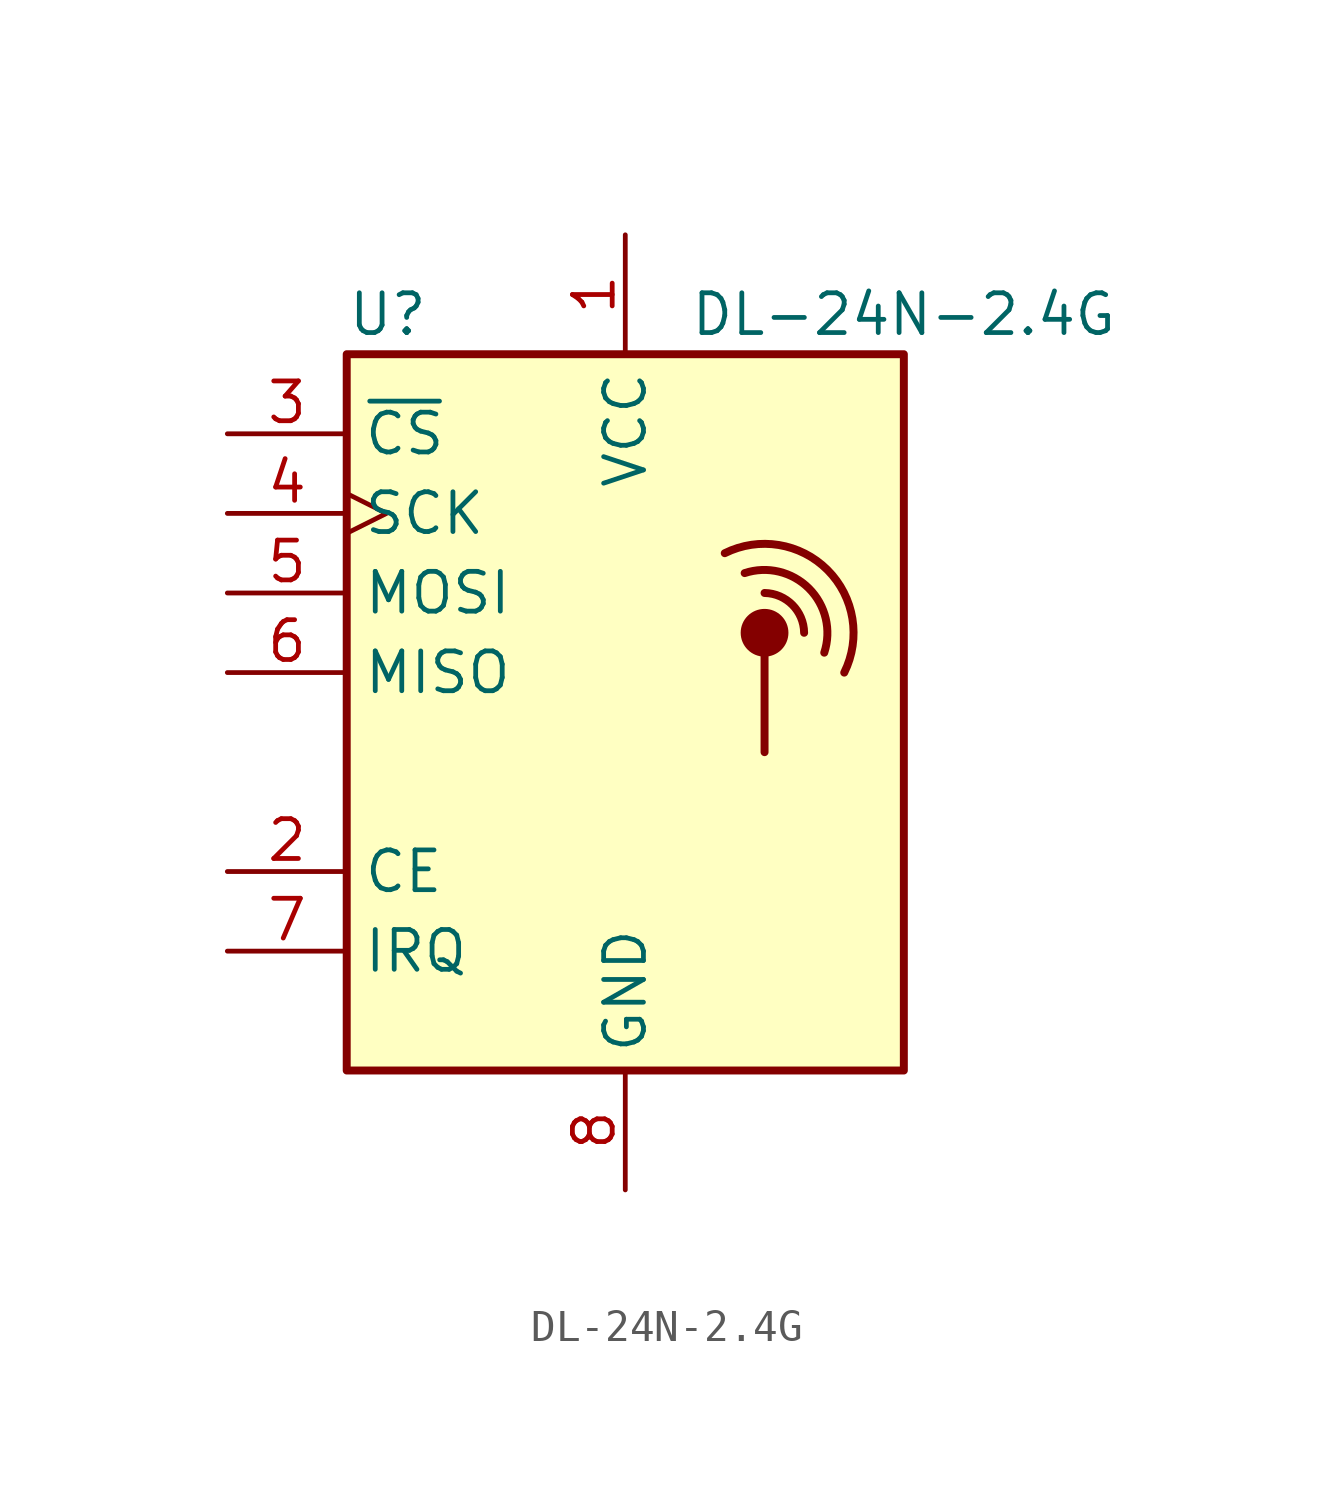
<source format=kicad_sym>
(kicad_symbol_lib
  (version 20201005)
  (generator kicad_symbol_editor)
  (symbol "azais_corentin_symbols:DL-24N-2.4G"
    (property "Reference" "U"
      (at -8.89 12.7 0)
      (effects (font (size 1.27 1.27)) (justify left)))
    (property "Value" "DL-24N-2.4G"
      (at 8.89 12.7 0)
      (effects (font (size 1.27 1.27))))
    (symbol "DL-24N-2.4G_0_1"
      (arc (start 3.175 5.08) (end 6.985 1.27) (radius (at 4.445 2.54) (length 2.8448) (angles 116.6 -26.6)) (stroke (width 0.254)) (fill (type none)))
      (arc (start 4.445 3.81) (end 5.715 2.54) (radius (at 4.445 2.5654) (length 1.2446) (angles 90 -1.1)) (stroke (width 0.254)) (fill (type none)))
      (arc (start 3.81 4.445) (end 6.35 1.905) (radius (at 4.445 2.5654) (length 1.9812) (angles 108.7 -19.1)) (stroke (width 0.254)) (fill (type none)))
      (circle (center 4.445 2.54) (radius 0.635) (stroke (width 0.254)) (fill (type outline)))
      (rectangle (start -8.89 11.43) (end 8.89 -11.43) (stroke (width 0.254)) (fill (type background)))
      (polyline (pts (xy 4.445 1.905) (xy 4.445 -1.27)) (stroke (width 0.254)) (fill (type none))))
    (symbol "DL-24N-2.4G_1_1"
      (pin power_in line (at 0 -15.24 90) (length 3.81) (name "GND" (effects (font (size 1.27 1.27)))) (number "8" (effects (font (size 1.27 1.27)))))
      (pin power_in line (at 0 15.24 270) (length 3.81) (name "VCC" (effects (font (size 1.27 1.27)))) (number "1" (effects (font (size 1.27 1.27)))))
      (pin input line (at -12.7 -5.08 0) (length 3.81) (name "CE" (effects (font (size 1.27 1.27)))) (number "2" (effects (font (size 1.27 1.27)))))
      (pin input line (at -12.7 8.89 0) (length 3.81) (name "~CS" (effects (font (size 1.27 1.27)))) (number "3" (effects (font (size 1.27 1.27)))))
      (pin input clock (at -12.7 6.35 0) (length 3.81) (name "SCK" (effects (font (size 1.27 1.27)))) (number "4" (effects (font (size 1.27 1.27)))))
      (pin input line (at -12.7 3.81 0) (length 3.81) (name "MOSI" (effects (font (size 1.27 1.27)))) (number "5" (effects (font (size 1.27 1.27)))))
      (pin output line (at -12.7 1.27 0) (length 3.81) (name "MISO" (effects (font (size 1.27 1.27)))) (number "6" (effects (font (size 1.27 1.27)))))
      (pin output line (at -12.7 -7.62 0) (length 3.81) (name "IRQ" (effects (font (size 1.27 1.27)))) (number "7" (effects (font (size 1.27 1.27))))))))
</source>
